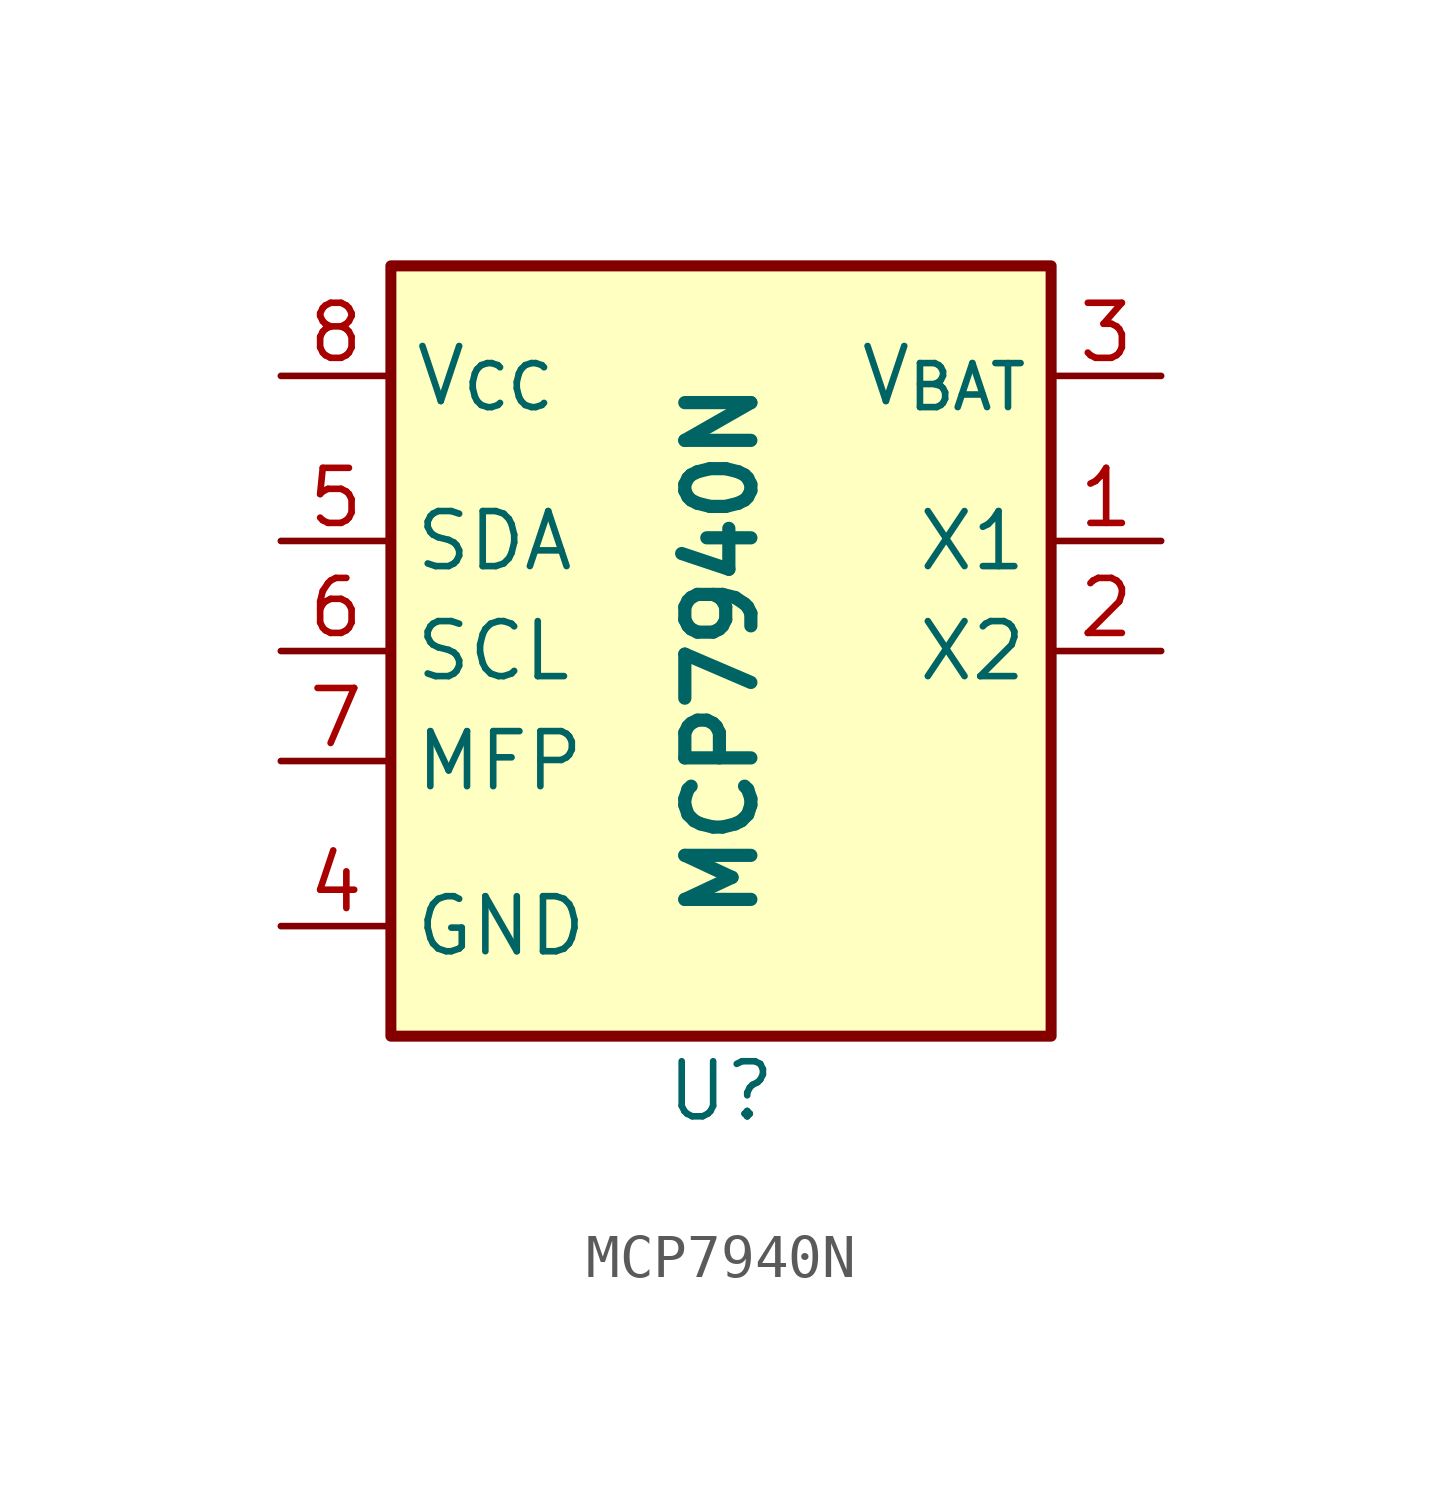
<source format=kicad_sym>
(kicad_symbol_lib
  (version 20231120)
  (generator "kicad_symbol_editor")
  (generator_version "8.0")
  (symbol "MCP7940N"
    (property "Reference" "U"
      (at 0 -10.16 0)
      (effects (font (size 1.27 1.27))))
    (property "Value" "MCP7940N"
      (at 0 0 90)
      (effects (font (size 1.524 1.524) (bold yes))))
    (symbol "MCP7940N_1_1"
      (rectangle (start -7.62 8.89) (end 7.62 -8.89) (stroke (width 0.254) (type default)) (fill (type background)))
      (pin passive line (at 10.16 2.54 180) (length 2.54) (name "X1" (effects (font (size 1.27 1.27)))) (number "1" (effects (font (size 1.27 1.27)))))
      (pin passive line (at 10.16 0 180) (length 2.54) (name "X2" (effects (font (size 1.27 1.27)))) (number "2" (effects (font (size 1.27 1.27)))))
      (pin passive line (at 10.16 6.35 180) (length 2.54) (name "V_{BAT}" (effects (font (size 1.27 1.27)))) (number "3" (effects (font (size 1.27 1.27)))))
      (pin passive line (at -10.16 -6.35 0) (length 2.54) (name "GND" (effects (font (size 1.27 1.27)))) (number "4" (effects (font (size 1.27 1.27)))))
      (pin passive line (at -10.16 2.54 0) (length 2.54) (name "SDA" (effects (font (size 1.27 1.27)))) (number "5" (effects (font (size 1.27 1.27)))))
      (pin passive line (at -10.16 0 0) (length 2.54) (name "SCL" (effects (font (size 1.27 1.27)))) (number "6" (effects (font (size 1.27 1.27)))))
      (pin passive line (at -10.16 -2.54 0) (length 2.54) (name "MFP" (effects (font (size 1.27 1.27)))) (number "7" (effects (font (size 1.27 1.27)))))
      (pin passive line (at -10.16 6.35 0) (length 2.54) (name "V_{CC}" (effects (font (size 1.27 1.27)))) (number "8" (effects (font (size 1.27 1.27))))))))
</source>
